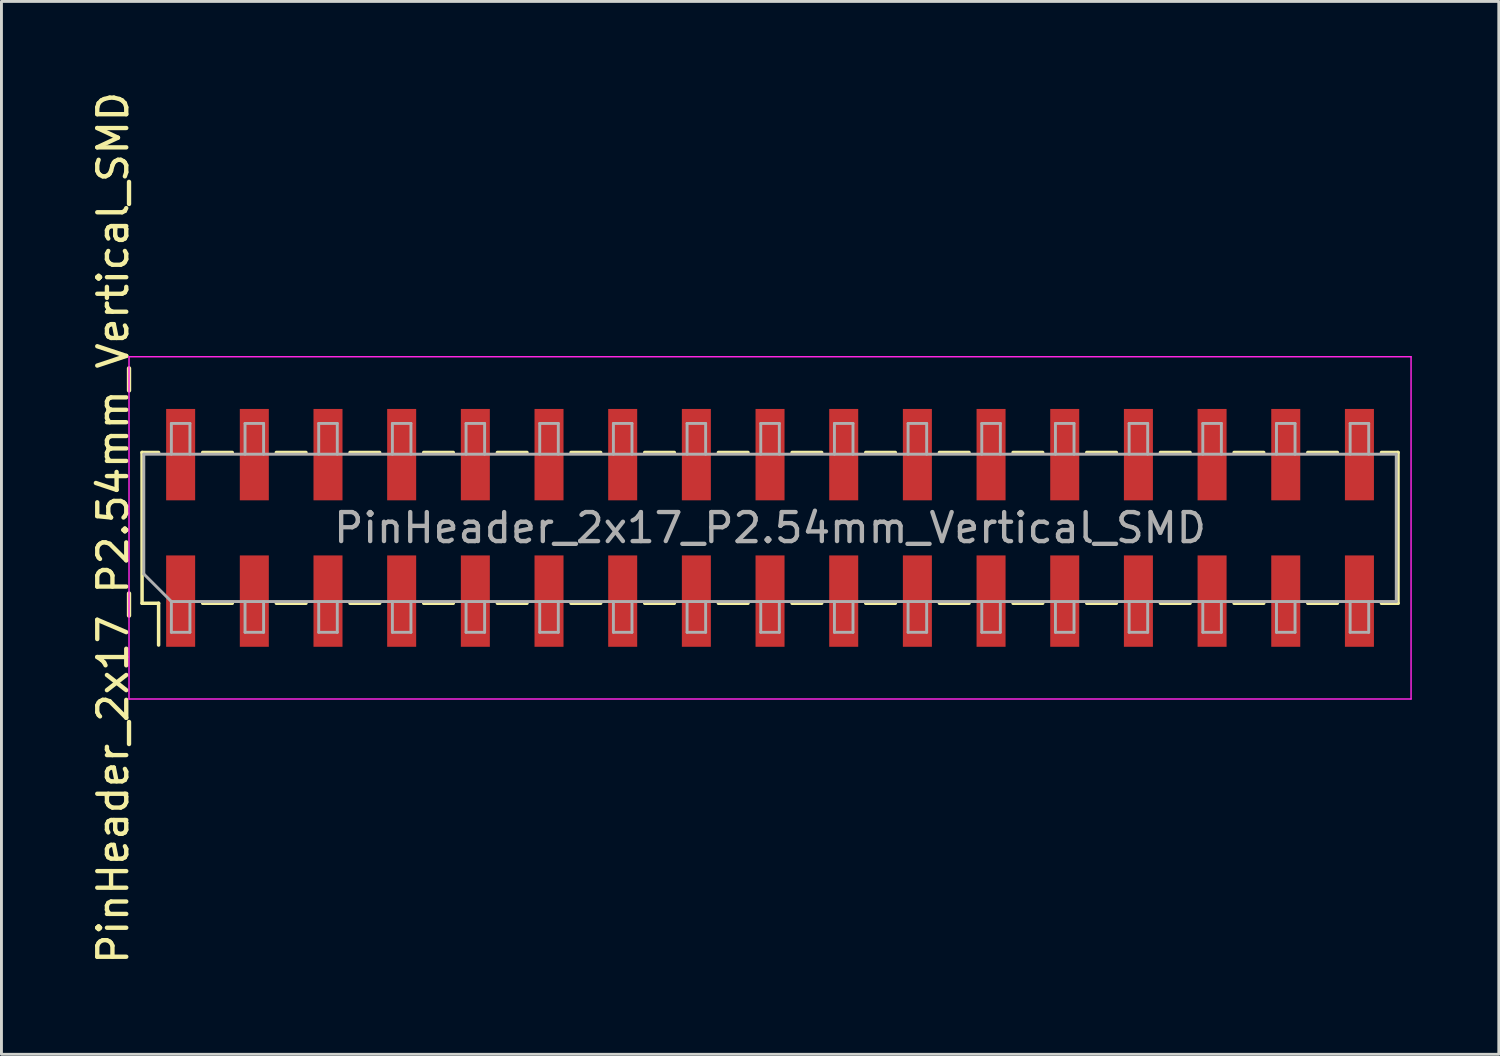
<source format=kicad_pcb>
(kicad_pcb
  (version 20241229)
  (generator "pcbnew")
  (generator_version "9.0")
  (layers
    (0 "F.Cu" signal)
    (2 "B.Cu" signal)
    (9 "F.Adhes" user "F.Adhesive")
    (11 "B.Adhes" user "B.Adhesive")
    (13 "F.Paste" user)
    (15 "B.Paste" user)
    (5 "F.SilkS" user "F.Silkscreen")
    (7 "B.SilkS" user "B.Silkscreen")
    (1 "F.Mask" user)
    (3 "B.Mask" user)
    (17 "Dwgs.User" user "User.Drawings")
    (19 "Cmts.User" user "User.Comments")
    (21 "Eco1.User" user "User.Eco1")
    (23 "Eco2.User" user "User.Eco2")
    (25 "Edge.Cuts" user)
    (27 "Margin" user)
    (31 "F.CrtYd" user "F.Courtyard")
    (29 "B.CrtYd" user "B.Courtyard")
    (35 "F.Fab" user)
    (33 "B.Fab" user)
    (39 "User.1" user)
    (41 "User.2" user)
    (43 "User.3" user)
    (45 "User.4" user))
  (footprint "PinHeader_2x17_P2.54mm_Vertical_SMD"
    (layer "F.Cu")
    (at 23.498 15.149)
    (property "Reference" "PinHeader_2x17_P2.54mm_Vertical_SMD" (at -22.65 0 90) (layer "F.SilkS") (effects (font (size 1 1) (thickness 0.15))))
    (attr smd)
    (fp_line (start -21.65 -2.6) (end -21.08 -2.6) (stroke (width 0.12) (type solid)) (layer "F.SilkS"))
    (fp_line (start -21.65 2.6) (end -21.65 -2.6) (stroke (width 0.12) (type solid)) (layer "F.SilkS"))
    (fp_line (start -21.65 2.6) (end -21.08 2.6) (stroke (width 0.12) (type solid)) (layer "F.SilkS"))
    (fp_line (start -21.08 4.04) (end -21.08 2.6) (stroke (width 0.12) (type solid)) (layer "F.SilkS"))
    (fp_line (start -19.56 -2.6) (end -18.54 -2.6) (stroke (width 0.12) (type solid)) (layer "F.SilkS"))
    (fp_line (start -19.56 2.6) (end -18.54 2.6) (stroke (width 0.12) (type solid)) (layer "F.SilkS"))
    (fp_line (start -17.02 -2.6) (end -16 -2.6) (stroke (width 0.12) (type solid)) (layer "F.SilkS"))
    (fp_line (start -17.02 2.6) (end -16 2.6) (stroke (width 0.12) (type solid)) (layer "F.SilkS"))
    (fp_line (start -14.48 -2.6) (end -13.46 -2.6) (stroke (width 0.12) (type solid)) (layer "F.SilkS"))
    (fp_line (start -14.48 2.6) (end -13.46 2.6) (stroke (width 0.12) (type solid)) (layer "F.SilkS"))
    (fp_line (start -11.94 -2.6) (end -10.92 -2.6) (stroke (width 0.12) (type solid)) (layer "F.SilkS"))
    (fp_line (start -11.94 2.6) (end -10.92 2.6) (stroke (width 0.12) (type solid)) (layer "F.SilkS"))
    (fp_line (start -9.4 -2.6) (end -8.38 -2.6) (stroke (width 0.12) (type solid)) (layer "F.SilkS"))
    (fp_line (start -9.4 2.6) (end -8.38 2.6) (stroke (width 0.12) (type solid)) (layer "F.SilkS"))
    (fp_line (start -6.86 -2.6) (end -5.84 -2.6) (stroke (width 0.12) (type solid)) (layer "F.SilkS"))
    (fp_line (start -6.86 2.6) (end -5.84 2.6) (stroke (width 0.12) (type solid)) (layer "F.SilkS"))
    (fp_line (start -4.32 -2.6) (end -3.3 -2.6) (stroke (width 0.12) (type solid)) (layer "F.SilkS"))
    (fp_line (start -4.32 2.6) (end -3.3 2.6) (stroke (width 0.12) (type solid)) (layer "F.SilkS"))
    (fp_line (start -1.78 -2.6) (end -0.76 -2.6) (stroke (width 0.12) (type solid)) (layer "F.SilkS"))
    (fp_line (start -1.78 2.6) (end -0.76 2.6) (stroke (width 0.12) (type solid)) (layer "F.SilkS"))
    (fp_line (start 0.76 -2.6) (end 1.78 -2.6) (stroke (width 0.12) (type solid)) (layer "F.SilkS"))
    (fp_line (start 0.76 2.6) (end 1.78 2.6) (stroke (width 0.12) (type solid)) (layer "F.SilkS"))
    (fp_line (start 3.3 -2.6) (end 4.32 -2.6) (stroke (width 0.12) (type solid)) (layer "F.SilkS"))
    (fp_line (start 3.3 2.6) (end 4.32 2.6) (stroke (width 0.12) (type solid)) (layer "F.SilkS"))
    (fp_line (start 5.84 -2.6) (end 6.86 -2.6) (stroke (width 0.12) (type solid)) (layer "F.SilkS"))
    (fp_line (start 5.84 2.6) (end 6.86 2.6) (stroke (width 0.12) (type solid)) (layer "F.SilkS"))
    (fp_line (start 8.38 -2.6) (end 9.4 -2.6) (stroke (width 0.12) (type solid)) (layer "F.SilkS"))
    (fp_line (start 8.38 2.6) (end 9.4 2.6) (stroke (width 0.12) (type solid)) (layer "F.SilkS"))
    (fp_line (start 10.92 -2.6) (end 11.94 -2.6) (stroke (width 0.12) (type solid)) (layer "F.SilkS"))
    (fp_line (start 10.92 2.6) (end 11.94 2.6) (stroke (width 0.12) (type solid)) (layer "F.SilkS"))
    (fp_line (start 13.46 -2.6) (end 14.48 -2.6) (stroke (width 0.12) (type solid)) (layer "F.SilkS"))
    (fp_line (start 13.46 2.6) (end 14.48 2.6) (stroke (width 0.12) (type solid)) (layer "F.SilkS"))
    (fp_line (start 16 -2.6) (end 17.02 -2.6) (stroke (width 0.12) (type solid)) (layer "F.SilkS"))
    (fp_line (start 16 2.6) (end 17.02 2.6) (stroke (width 0.12) (type solid)) (layer "F.SilkS"))
    (fp_line (start 18.54 -2.6) (end 19.56 -2.6) (stroke (width 0.12) (type solid)) (layer "F.SilkS"))
    (fp_line (start 18.54 2.6) (end 19.56 2.6) (stroke (width 0.12) (type solid)) (layer "F.SilkS"))
    (fp_line (start 21.08 -2.6) (end 21.65 -2.6) (stroke (width 0.12) (type solid)) (layer "F.SilkS"))
    (fp_line (start 21.08 2.6) (end 21.65 2.6) (stroke (width 0.12) (type solid)) (layer "F.SilkS"))
    (fp_line (start 21.65 2.6) (end 21.65 -2.6) (stroke (width 0.12) (type solid)) (layer "F.SilkS"))
    (fp_line (start -22.1 -5.9) (end -22.1 5.9) (stroke (width 0.05) (type solid)) (layer "F.CrtYd"))
    (fp_line (start -22.1 5.9) (end 22.1 5.9) (stroke (width 0.05) (type solid)) (layer "F.CrtYd"))
    (fp_line (start 22.1 -5.9) (end -22.1 -5.9) (stroke (width 0.05) (type solid)) (layer "F.CrtYd"))
    (fp_line (start 22.1 5.9) (end 22.1 -5.9) (stroke (width 0.05) (type solid)) (layer "F.CrtYd"))
    (fp_line (start -21.59 -2.54) (end 21.59 -2.54) (stroke (width 0.1) (type solid)) (layer "F.Fab"))
    (fp_line (start -21.59 1.59) (end -21.59 -2.54) (stroke (width 0.1) (type solid)) (layer "F.Fab"))
    (fp_line (start -20.64 -3.6) (end -20 -3.6) (stroke (width 0.1) (type solid)) (layer "F.Fab"))
    (fp_line (start -20.64 -2.54) (end -20.64 -3.6) (stroke (width 0.1) (type solid)) (layer "F.Fab"))
    (fp_line (start -20.64 2.54) (end -21.59 1.59) (stroke (width 0.1) (type solid)) (layer "F.Fab"))
    (fp_line (start -20.64 2.54) (end -20.64 3.6) (stroke (width 0.1) (type solid)) (layer "F.Fab"))
    (fp_line (start -20.64 3.6) (end -20 3.6) (stroke (width 0.1) (type solid)) (layer "F.Fab"))
    (fp_line (start -20 -3.6) (end -20 -2.54) (stroke (width 0.1) (type solid)) (layer "F.Fab"))
    (fp_line (start -20 3.6) (end -20 2.54) (stroke (width 0.1) (type solid)) (layer "F.Fab"))
    (fp_line (start -18.1 -3.6) (end -17.46 -3.6) (stroke (width 0.1) (type solid)) (layer "F.Fab"))
    (fp_line (start -18.1 -2.54) (end -18.1 -3.6) (stroke (width 0.1) (type solid)) (layer "F.Fab"))
    (fp_line (start -18.1 2.54) (end -18.1 3.6) (stroke (width 0.1) (type solid)) (layer "F.Fab"))
    (fp_line (start -18.1 3.6) (end -17.46 3.6) (stroke (width 0.1) (type solid)) (layer "F.Fab"))
    (fp_line (start -17.46 -3.6) (end -17.46 -2.54) (stroke (width 0.1) (type solid)) (layer "F.Fab"))
    (fp_line (start -17.46 3.6) (end -17.46 2.54) (stroke (width 0.1) (type solid)) (layer "F.Fab"))
    (fp_line (start -15.56 -3.6) (end -14.92 -3.6) (stroke (width 0.1) (type solid)) (layer "F.Fab"))
    (fp_line (start -15.56 -2.54) (end -15.56 -3.6) (stroke (width 0.1) (type solid)) (layer "F.Fab"))
    (fp_line (start -15.56 2.54) (end -15.56 3.6) (stroke (width 0.1) (type solid)) (layer "F.Fab"))
    (fp_line (start -15.56 3.6) (end -14.92 3.6) (stroke (width 0.1) (type solid)) (layer "F.Fab"))
    (fp_line (start -14.92 -3.6) (end -14.92 -2.54) (stroke (width 0.1) (type solid)) (layer "F.Fab"))
    (fp_line (start -14.92 3.6) (end -14.92 2.54) (stroke (width 0.1) (type solid)) (layer "F.Fab"))
    (fp_line (start -13.02 -3.6) (end -12.38 -3.6) (stroke (width 0.1) (type solid)) (layer "F.Fab"))
    (fp_line (start -13.02 -2.54) (end -13.02 -3.6) (stroke (width 0.1) (type solid)) (layer "F.Fab"))
    (fp_line (start -13.02 2.54) (end -13.02 3.6) (stroke (width 0.1) (type solid)) (layer "F.Fab"))
    (fp_line (start -13.02 3.6) (end -12.38 3.6) (stroke (width 0.1) (type solid)) (layer "F.Fab"))
    (fp_line (start -12.38 -3.6) (end -12.38 -2.54) (stroke (width 0.1) (type solid)) (layer "F.Fab"))
    (fp_line (start -12.38 3.6) (end -12.38 2.54) (stroke (width 0.1) (type solid)) (layer "F.Fab"))
    (fp_line (start -10.48 -3.6) (end -9.84 -3.6) (stroke (width 0.1) (type solid)) (layer "F.Fab"))
    (fp_line (start -10.48 -2.54) (end -10.48 -3.6) (stroke (width 0.1) (type solid)) (layer "F.Fab"))
    (fp_line (start -10.48 2.54) (end -10.48 3.6) (stroke (width 0.1) (type solid)) (layer "F.Fab"))
    (fp_line (start -10.48 3.6) (end -9.84 3.6) (stroke (width 0.1) (type solid)) (layer "F.Fab"))
    (fp_line (start -9.84 -3.6) (end -9.84 -2.54) (stroke (width 0.1) (type solid)) (layer "F.Fab"))
    (fp_line (start -9.84 3.6) (end -9.84 2.54) (stroke (width 0.1) (type solid)) (layer "F.Fab"))
    (fp_line (start -7.94 -3.6) (end -7.3 -3.6) (stroke (width 0.1) (type solid)) (layer "F.Fab"))
    (fp_line (start -7.94 -2.54) (end -7.94 -3.6) (stroke (width 0.1) (type solid)) (layer "F.Fab"))
    (fp_line (start -7.94 2.54) (end -7.94 3.6) (stroke (width 0.1) (type solid)) (layer "F.Fab"))
    (fp_line (start -7.94 3.6) (end -7.3 3.6) (stroke (width 0.1) (type solid)) (layer "F.Fab"))
    (fp_line (start -7.3 -3.6) (end -7.3 -2.54) (stroke (width 0.1) (type solid)) (layer "F.Fab"))
    (fp_line (start -7.3 3.6) (end -7.3 2.54) (stroke (width 0.1) (type solid)) (layer "F.Fab"))
    (fp_line (start -5.4 -3.6) (end -4.76 -3.6) (stroke (width 0.1) (type solid)) (layer "F.Fab"))
    (fp_line (start -5.4 -2.54) (end -5.4 -3.6) (stroke (width 0.1) (type solid)) (layer "F.Fab"))
    (fp_line (start -5.4 2.54) (end -5.4 3.6) (stroke (width 0.1) (type solid)) (layer "F.Fab"))
    (fp_line (start -5.4 3.6) (end -4.76 3.6) (stroke (width 0.1) (type solid)) (layer "F.Fab"))
    (fp_line (start -4.76 -3.6) (end -4.76 -2.54) (stroke (width 0.1) (type solid)) (layer "F.Fab"))
    (fp_line (start -4.76 3.6) (end -4.76 2.54) (stroke (width 0.1) (type solid)) (layer "F.Fab"))
    (fp_line (start -2.86 -3.6) (end -2.22 -3.6) (stroke (width 0.1) (type solid)) (layer "F.Fab"))
    (fp_line (start -2.86 -2.54) (end -2.86 -3.6) (stroke (width 0.1) (type solid)) (layer "F.Fab"))
    (fp_line (start -2.86 2.54) (end -2.86 3.6) (stroke (width 0.1) (type solid)) (layer "F.Fab"))
    (fp_line (start -2.86 3.6) (end -2.22 3.6) (stroke (width 0.1) (type solid)) (layer "F.Fab"))
    (fp_line (start -2.22 -3.6) (end -2.22 -2.54) (stroke (width 0.1) (type solid)) (layer "F.Fab"))
    (fp_line (start -2.22 3.6) (end -2.22 2.54) (stroke (width 0.1) (type solid)) (layer "F.Fab"))
    (fp_line (start -0.32 -3.6) (end 0.32 -3.6) (stroke (width 0.1) (type solid)) (layer "F.Fab"))
    (fp_line (start -0.32 -2.54) (end -0.32 -3.6) (stroke (width 0.1) (type solid)) (layer "F.Fab"))
    (fp_line (start -0.32 2.54) (end -0.32 3.6) (stroke (width 0.1) (type solid)) (layer "F.Fab"))
    (fp_line (start -0.32 3.6) (end 0.32 3.6) (stroke (width 0.1) (type solid)) (layer "F.Fab"))
    (fp_line (start 0.32 -3.6) (end 0.32 -2.54) (stroke (width 0.1) (type solid)) (layer "F.Fab"))
    (fp_line (start 0.32 3.6) (end 0.32 2.54) (stroke (width 0.1) (type solid)) (layer "F.Fab"))
    (fp_line (start 2.22 -3.6) (end 2.86 -3.6) (stroke (width 0.1) (type solid)) (layer "F.Fab"))
    (fp_line (start 2.22 -2.54) (end 2.22 -3.6) (stroke (width 0.1) (type solid)) (layer "F.Fab"))
    (fp_line (start 2.22 2.54) (end 2.22 3.6) (stroke (width 0.1) (type solid)) (layer "F.Fab"))
    (fp_line (start 2.22 3.6) (end 2.86 3.6) (stroke (width 0.1) (type solid)) (layer "F.Fab"))
    (fp_line (start 2.86 -3.6) (end 2.86 -2.54) (stroke (width 0.1) (type solid)) (layer "F.Fab"))
    (fp_line (start 2.86 3.6) (end 2.86 2.54) (stroke (width 0.1) (type solid)) (layer "F.Fab"))
    (fp_line (start 4.76 -3.6) (end 5.4 -3.6) (stroke (width 0.1) (type solid)) (layer "F.Fab"))
    (fp_line (start 4.76 -2.54) (end 4.76 -3.6) (stroke (width 0.1) (type solid)) (layer "F.Fab"))
    (fp_line (start 4.76 2.54) (end 4.76 3.6) (stroke (width 0.1) (type solid)) (layer "F.Fab"))
    (fp_line (start 4.76 3.6) (end 5.4 3.6) (stroke (width 0.1) (type solid)) (layer "F.Fab"))
    (fp_line (start 5.4 -3.6) (end 5.4 -2.54) (stroke (width 0.1) (type solid)) (layer "F.Fab"))
    (fp_line (start 5.4 3.6) (end 5.4 2.54) (stroke (width 0.1) (type solid)) (layer "F.Fab"))
    (fp_line (start 7.3 -3.6) (end 7.94 -3.6) (stroke (width 0.1) (type solid)) (layer "F.Fab"))
    (fp_line (start 7.3 -2.54) (end 7.3 -3.6) (stroke (width 0.1) (type solid)) (layer "F.Fab"))
    (fp_line (start 7.3 2.54) (end 7.3 3.6) (stroke (width 0.1) (type solid)) (layer "F.Fab"))
    (fp_line (start 7.3 3.6) (end 7.94 3.6) (stroke (width 0.1) (type solid)) (layer "F.Fab"))
    (fp_line (start 7.94 -3.6) (end 7.94 -2.54) (stroke (width 0.1) (type solid)) (layer "F.Fab"))
    (fp_line (start 7.94 3.6) (end 7.94 2.54) (stroke (width 0.1) (type solid)) (layer "F.Fab"))
    (fp_line (start 9.84 -3.6) (end 10.48 -3.6) (stroke (width 0.1) (type solid)) (layer "F.Fab"))
    (fp_line (start 9.84 -2.54) (end 9.84 -3.6) (stroke (width 0.1) (type solid)) (layer "F.Fab"))
    (fp_line (start 9.84 2.54) (end 9.84 3.6) (stroke (width 0.1) (type solid)) (layer "F.Fab"))
    (fp_line (start 9.84 3.6) (end 10.48 3.6) (stroke (width 0.1) (type solid)) (layer "F.Fab"))
    (fp_line (start 10.48 -3.6) (end 10.48 -2.54) (stroke (width 0.1) (type solid)) (layer "F.Fab"))
    (fp_line (start 10.48 3.6) (end 10.48 2.54) (stroke (width 0.1) (type solid)) (layer "F.Fab"))
    (fp_line (start 12.38 -3.6) (end 13.02 -3.6) (stroke (width 0.1) (type solid)) (layer "F.Fab"))
    (fp_line (start 12.38 -2.54) (end 12.38 -3.6) (stroke (width 0.1) (type solid)) (layer "F.Fab"))
    (fp_line (start 12.38 2.54) (end 12.38 3.6) (stroke (width 0.1) (type solid)) (layer "F.Fab"))
    (fp_line (start 12.38 3.6) (end 13.02 3.6) (stroke (width 0.1) (type solid)) (layer "F.Fab"))
    (fp_line (start 13.02 -3.6) (end 13.02 -2.54) (stroke (width 0.1) (type solid)) (layer "F.Fab"))
    (fp_line (start 13.02 3.6) (end 13.02 2.54) (stroke (width 0.1) (type solid)) (layer "F.Fab"))
    (fp_line (start 14.92 -3.6) (end 15.56 -3.6) (stroke (width 0.1) (type solid)) (layer "F.Fab"))
    (fp_line (start 14.92 -2.54) (end 14.92 -3.6) (stroke (width 0.1) (type solid)) (layer "F.Fab"))
    (fp_line (start 14.92 2.54) (end 14.92 3.6) (stroke (width 0.1) (type solid)) (layer "F.Fab"))
    (fp_line (start 14.92 3.6) (end 15.56 3.6) (stroke (width 0.1) (type solid)) (layer "F.Fab"))
    (fp_line (start 15.56 -3.6) (end 15.56 -2.54) (stroke (width 0.1) (type solid)) (layer "F.Fab"))
    (fp_line (start 15.56 3.6) (end 15.56 2.54) (stroke (width 0.1) (type solid)) (layer "F.Fab"))
    (fp_line (start 17.46 -3.6) (end 18.1 -3.6) (stroke (width 0.1) (type solid)) (layer "F.Fab"))
    (fp_line (start 17.46 -2.54) (end 17.46 -3.6) (stroke (width 0.1) (type solid)) (layer "F.Fab"))
    (fp_line (start 17.46 2.54) (end 17.46 3.6) (stroke (width 0.1) (type solid)) (layer "F.Fab"))
    (fp_line (start 17.46 3.6) (end 18.1 3.6) (stroke (width 0.1) (type solid)) (layer "F.Fab"))
    (fp_line (start 18.1 -3.6) (end 18.1 -2.54) (stroke (width 0.1) (type solid)) (layer "F.Fab"))
    (fp_line (start 18.1 3.6) (end 18.1 2.54) (stroke (width 0.1) (type solid)) (layer "F.Fab"))
    (fp_line (start 20 -3.6) (end 20.64 -3.6) (stroke (width 0.1) (type solid)) (layer "F.Fab"))
    (fp_line (start 20 -2.54) (end 20 -3.6) (stroke (width 0.1) (type solid)) (layer "F.Fab"))
    (fp_line (start 20 2.54) (end 20 3.6) (stroke (width 0.1) (type solid)) (layer "F.Fab"))
    (fp_line (start 20 3.6) (end 20.64 3.6) (stroke (width 0.1) (type solid)) (layer "F.Fab"))
    (fp_line (start 20.64 -3.6) (end 20.64 -2.54) (stroke (width 0.1) (type solid)) (layer "F.Fab"))
    (fp_line (start 20.64 3.6) (end 20.64 2.54) (stroke (width 0.1) (type solid)) (layer "F.Fab"))
    (fp_line (start 21.59 -2.54) (end 21.59 2.54) (stroke (width 0.1) (type solid)) (layer "F.Fab"))
    (fp_line (start 21.59 2.54) (end -20.64 2.54) (stroke (width 0.1) (type solid)) (layer "F.Fab"))
    (fp_text user "${REFERENCE}" (at 0 0 180) (layer "F.Fab") (effects (font (size 1 1) (thickness 0.15))))
    (pad "1" smd rect (at -20.32 -2.525 270) (size 3.15 1) (layers "F.Cu" "F.Mask" "F.Paste"))
    (pad "2" smd rect (at -20.32 2.525 270) (size 3.15 1) (layers "F.Cu" "F.Mask" "F.Paste"))
    (pad "3" smd rect (at -17.78 -2.525 270) (size 3.15 1) (layers "F.Cu" "F.Mask" "F.Paste"))
    (pad "4" smd rect (at -17.78 2.525 270) (size 3.15 1) (layers "F.Cu" "F.Mask" "F.Paste"))
    (pad "5" smd rect (at -15.24 -2.525 270) (size 3.15 1) (layers "F.Cu" "F.Mask" "F.Paste"))
    (pad "6" smd rect (at -15.24 2.525 270) (size 3.15 1) (layers "F.Cu" "F.Mask" "F.Paste"))
    (pad "7" smd rect (at -12.7 -2.525 270) (size 3.15 1) (layers "F.Cu" "F.Mask" "F.Paste"))
    (pad "8" smd rect (at -12.7 2.525 270) (size 3.15 1) (layers "F.Cu" "F.Mask" "F.Paste"))
    (pad "9" smd rect (at -10.16 -2.525 270) (size 3.15 1) (layers "F.Cu" "F.Mask" "F.Paste"))
    (pad "10" smd rect (at -10.16 2.525 270) (size 3.15 1) (layers "F.Cu" "F.Mask" "F.Paste"))
    (pad "11" smd rect (at -7.62 -2.525 270) (size 3.15 1) (layers "F.Cu" "F.Mask" "F.Paste"))
    (pad "12" smd rect (at -7.62 2.525 270) (size 3.15 1) (layers "F.Cu" "F.Mask" "F.Paste"))
    (pad "13" smd rect (at -5.08 -2.525 270) (size 3.15 1) (layers "F.Cu" "F.Mask" "F.Paste"))
    (pad "14" smd rect (at -5.08 2.525 270) (size 3.15 1) (layers "F.Cu" "F.Mask" "F.Paste"))
    (pad "15" smd rect (at -2.54 -2.525 270) (size 3.15 1) (layers "F.Cu" "F.Mask" "F.Paste"))
    (pad "16" smd rect (at -2.54 2.525 270) (size 3.15 1) (layers "F.Cu" "F.Mask" "F.Paste"))
    (pad "17" smd rect (at 0 -2.525 270) (size 3.15 1) (layers "F.Cu" "F.Mask" "F.Paste"))
    (pad "18" smd rect (at 0 2.525 270) (size 3.15 1) (layers "F.Cu" "F.Mask" "F.Paste"))
    (pad "19" smd rect (at 2.54 -2.525 270) (size 3.15 1) (layers "F.Cu" "F.Mask" "F.Paste"))
    (pad "20" smd rect (at 2.54 2.525 270) (size 3.15 1) (layers "F.Cu" "F.Mask" "F.Paste"))
    (pad "21" smd rect (at 5.08 -2.525 270) (size 3.15 1) (layers "F.Cu" "F.Mask" "F.Paste"))
    (pad "22" smd rect (at 5.08 2.525 270) (size 3.15 1) (layers "F.Cu" "F.Mask" "F.Paste"))
    (pad "23" smd rect (at 7.62 -2.525 270) (size 3.15 1) (layers "F.Cu" "F.Mask" "F.Paste"))
    (pad "24" smd rect (at 7.62 2.525 270) (size 3.15 1) (layers "F.Cu" "F.Mask" "F.Paste"))
    (pad "25" smd rect (at 10.16 -2.525 270) (size 3.15 1) (layers "F.Cu" "F.Mask" "F.Paste"))
    (pad "26" smd rect (at 10.16 2.525 270) (size 3.15 1) (layers "F.Cu" "F.Mask" "F.Paste"))
    (pad "27" smd rect (at 12.7 -2.525 270) (size 3.15 1) (layers "F.Cu" "F.Mask" "F.Paste"))
    (pad "28" smd rect (at 12.7 2.525 270) (size 3.15 1) (layers "F.Cu" "F.Mask" "F.Paste"))
    (pad "29" smd rect (at 15.24 -2.525 270) (size 3.15 1) (layers "F.Cu" "F.Mask" "F.Paste"))
    (pad "30" smd rect (at 15.24 2.525 270) (size 3.15 1) (layers "F.Cu" "F.Mask" "F.Paste"))
    (pad "31" smd rect (at 17.78 -2.525 270) (size 3.15 1) (layers "F.Cu" "F.Mask" "F.Paste"))
    (pad "32" smd rect (at 17.78 2.525 270) (size 3.15 1) (layers "F.Cu" "F.Mask" "F.Paste"))
    (pad "33" smd rect (at 20.32 -2.525 270) (size 3.15 1) (layers "F.Cu" "F.Mask" "F.Paste"))
    (pad "34" smd rect (at 20.32 2.525 270) (size 3.15 1) (layers "F.Cu" "F.Mask" "F.Paste")))
  (gr_rect
    (start -3 -3)
    (end 48.623 33.298)
    (stroke (width 0.1) (type default))
    (fill no)
    (layer "Edge.Cuts")))
</source>
